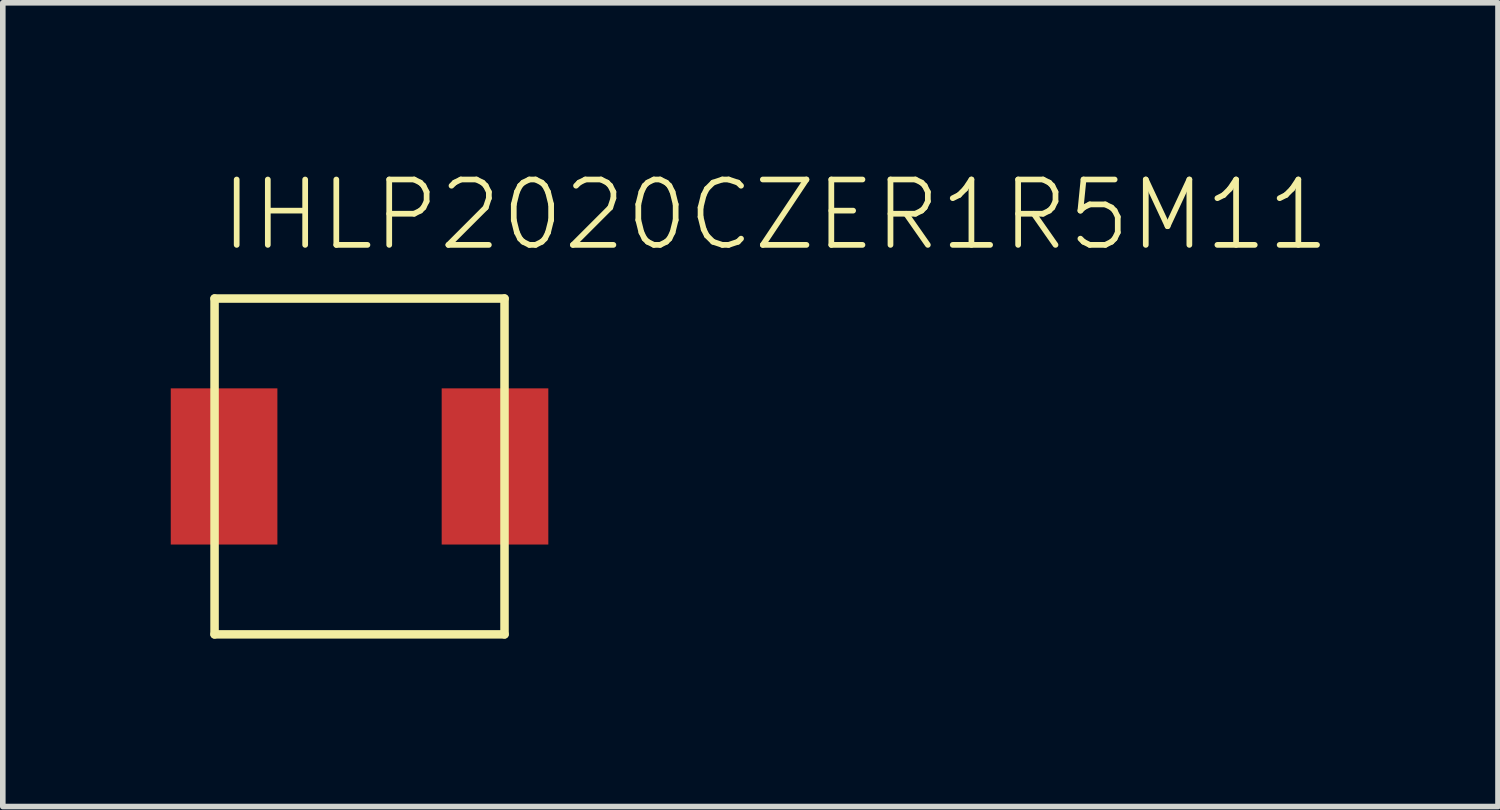
<source format=kicad_pcb>
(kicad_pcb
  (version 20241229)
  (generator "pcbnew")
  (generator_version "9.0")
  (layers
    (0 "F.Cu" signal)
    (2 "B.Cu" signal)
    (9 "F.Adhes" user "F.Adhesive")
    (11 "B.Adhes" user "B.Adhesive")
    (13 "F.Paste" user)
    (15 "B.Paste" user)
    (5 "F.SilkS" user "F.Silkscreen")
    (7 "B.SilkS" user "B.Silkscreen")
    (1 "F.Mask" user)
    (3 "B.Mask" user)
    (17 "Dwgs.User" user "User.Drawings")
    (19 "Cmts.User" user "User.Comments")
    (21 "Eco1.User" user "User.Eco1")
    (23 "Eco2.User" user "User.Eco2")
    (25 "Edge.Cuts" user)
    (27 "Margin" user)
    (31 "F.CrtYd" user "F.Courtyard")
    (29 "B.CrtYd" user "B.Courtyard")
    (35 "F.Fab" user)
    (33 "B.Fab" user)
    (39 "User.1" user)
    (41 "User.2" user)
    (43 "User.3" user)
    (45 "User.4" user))
  (footprint "IHLP2020CZER1R5M11"
    (layer "F.Cu")
    (at 3.373 5.283)
    (property "Reference" "IHLP2020CZER1R5M11" (at -2.54 -3.81 0) (unlocked yes) (layer "F.SilkS") (effects (font (size 1.168 1.168) (thickness 0.102)) (justify left bottom)))
    (fp_line (start -2.59 -3) (end 2.59 -3) (stroke (width 0.152) (type solid)) (layer "F.SilkS"))
    (fp_line (start -2.59 3) (end -2.59 -3) (stroke (width 0.152) (type solid)) (layer "F.SilkS"))
    (fp_line (start 2.59 -3) (end 2.59 3) (stroke (width 0.152) (type solid)) (layer "F.SilkS"))
    (fp_line (start 2.59 3) (end -2.59 3) (stroke (width 0.152) (type solid)) (layer "F.SilkS"))
    (pad "P$1" smd rect (at -2.42 0) (size 1.905 2.79) (layers "F.Cu" "F.Mask" "F.Paste"))
    (pad "P$2" smd rect (at 2.42 0) (size 1.905 2.79) (layers "F.Cu" "F.Mask" "F.Paste")))
  (gr_rect
    (start -3 -3)
    (end 23.711 11.359)
    (stroke (width 0.1) (type default))
    (fill no)
    (layer "Edge.Cuts")))
</source>
